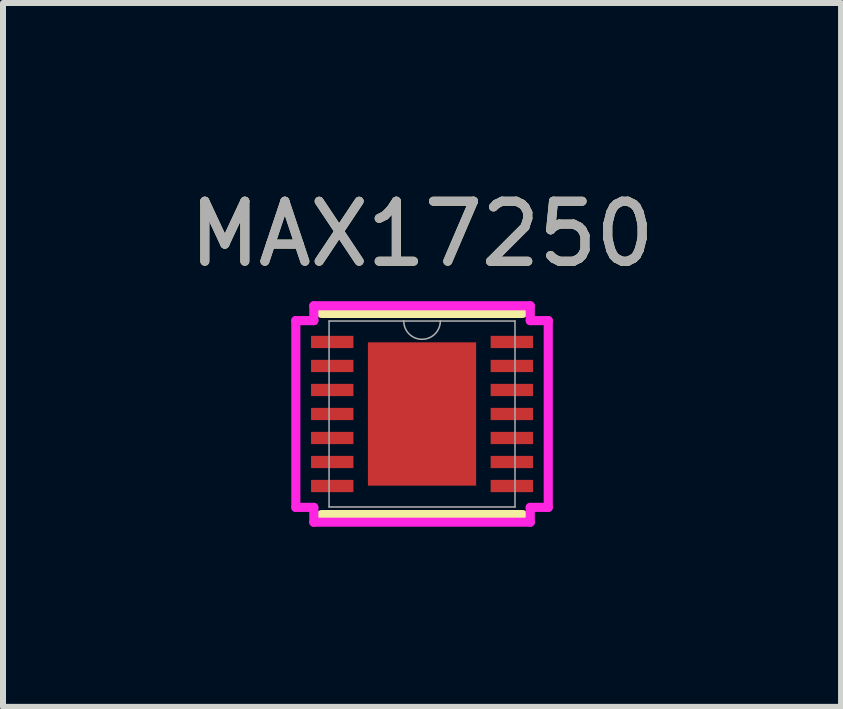
<source format=kicad_pcb>
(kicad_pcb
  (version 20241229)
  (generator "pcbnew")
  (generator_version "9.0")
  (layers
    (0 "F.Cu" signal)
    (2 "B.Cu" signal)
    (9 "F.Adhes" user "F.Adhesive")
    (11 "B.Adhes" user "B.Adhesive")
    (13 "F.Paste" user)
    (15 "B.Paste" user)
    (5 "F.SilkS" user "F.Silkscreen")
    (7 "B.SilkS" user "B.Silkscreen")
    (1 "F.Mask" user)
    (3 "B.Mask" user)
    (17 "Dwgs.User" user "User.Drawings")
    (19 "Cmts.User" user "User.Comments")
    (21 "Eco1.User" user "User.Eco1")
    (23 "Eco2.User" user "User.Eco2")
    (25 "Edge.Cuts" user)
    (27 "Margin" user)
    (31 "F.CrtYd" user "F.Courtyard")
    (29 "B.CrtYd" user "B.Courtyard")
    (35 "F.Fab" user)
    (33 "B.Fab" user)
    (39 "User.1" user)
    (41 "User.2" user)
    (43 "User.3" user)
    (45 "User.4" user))
  (footprint "MAX17250"
    (layer "F.Cu")
    (at 3.982 3.848)
    (property "Reference" "MAX17250" (at 0 -3 0) (unlocked yes) (layer "F.SilkS") (effects (font (size 1 1) (thickness 0.15))))
    (attr smd)
    (fp_line (start -1.676 1.676) (end 1.676 1.676) (stroke (width 0.152) (type solid)) (layer "F.SilkS"))
    (fp_line (start 1.676 -1.676) (end -1.676 -1.676) (stroke (width 0.152) (type solid)) (layer "F.SilkS"))
    (fp_line (start -2.103 -1.556) (end -1.803 -1.556) (stroke (width 0.152) (type solid)) (layer "F.CrtYd"))
    (fp_line (start -2.103 1.556) (end -2.103 -1.556) (stroke (width 0.152) (type solid)) (layer "F.CrtYd"))
    (fp_line (start -2.103 1.556) (end -1.803 1.556) (stroke (width 0.152) (type solid)) (layer "F.CrtYd"))
    (fp_line (start -1.803 -1.803) (end 1.803 -1.803) (stroke (width 0.152) (type solid)) (layer "F.CrtYd"))
    (fp_line (start -1.803 -1.556) (end -1.803 -1.803) (stroke (width 0.152) (type solid)) (layer "F.CrtYd"))
    (fp_line (start -1.803 1.803) (end -1.803 1.556) (stroke (width 0.152) (type solid)) (layer "F.CrtYd"))
    (fp_line (start 1.803 -1.803) (end 1.803 -1.556) (stroke (width 0.152) (type solid)) (layer "F.CrtYd"))
    (fp_line (start 1.803 1.556) (end 1.803 1.803) (stroke (width 0.152) (type solid)) (layer "F.CrtYd"))
    (fp_line (start 1.803 1.803) (end -1.803 1.803) (stroke (width 0.152) (type solid)) (layer "F.CrtYd"))
    (fp_line (start 2.103 -1.556) (end 1.803 -1.556) (stroke (width 0.152) (type solid)) (layer "F.CrtYd"))
    (fp_line (start 2.103 -1.556) (end 2.103 1.556) (stroke (width 0.152) (type solid)) (layer "F.CrtYd"))
    (fp_line (start 2.103 1.556) (end 1.803 1.556) (stroke (width 0.152) (type solid)) (layer "F.CrtYd"))
    (fp_line (start -1.549 -1.549) (end -1.549 1.549) (stroke (width 0.025) (type solid)) (layer "F.Fab"))
    (fp_line (start -1.549 1.549) (end 1.549 1.549) (stroke (width 0.025) (type solid)) (layer "F.Fab"))
    (fp_line (start 1.549 -1.549) (end -1.549 -1.549) (stroke (width 0.025) (type solid)) (layer "F.Fab"))
    (fp_line (start 1.549 1.549) (end 1.549 -1.549) (stroke (width 0.025) (type solid)) (layer "F.Fab"))
    (fp_arc (start 0.3048 -1.5494) (mid 0 -1.2446) (end -0.3048 -1.5494) (stroke (width 0.0254) (type solid)) (layer "F.Fab"))
    (fp_text user "${REFERENCE}" (at 0 -3 0) (unlocked yes) (layer "F.Fab") (effects (font (size 1 1) (thickness 0.15))))
    (pad "1" smd rect (at -1.496 -1.2) (size 0.706 0.204) (layers "F.Cu" "F.Mask" "F.Paste"))
    (pad "2" smd rect (at -1.496 -0.8) (size 0.706 0.204) (layers "F.Cu" "F.Mask" "F.Paste"))
    (pad "3" smd rect (at -1.496 -0.4) (size 0.706 0.204) (layers "F.Cu" "F.Mask" "F.Paste"))
    (pad "4" smd rect (at -1.496 0) (size 0.706 0.204) (layers "F.Cu" "F.Mask" "F.Paste"))
    (pad "5" smd rect (at -1.496 0.4) (size 0.706 0.204) (layers "F.Cu" "F.Mask" "F.Paste"))
    (pad "6" smd rect (at -1.496 0.8) (size 0.706 0.204) (layers "F.Cu" "F.Mask" "F.Paste"))
    (pad "7" smd rect (at -1.496 1.2) (size 0.706 0.204) (layers "F.Cu" "F.Mask" "F.Paste"))
    (pad "8" smd rect (at 1.496 1.2) (size 0.706 0.204) (layers "F.Cu" "F.Mask" "F.Paste"))
    (pad "9" smd rect (at 1.496 0.8) (size 0.706 0.204) (layers "F.Cu" "F.Mask" "F.Paste"))
    (pad "10" smd rect (at 1.496 0.4) (size 0.706 0.204) (layers "F.Cu" "F.Mask" "F.Paste"))
    (pad "11" smd rect (at 1.496 0) (size 0.706 0.204) (layers "F.Cu" "F.Mask" "F.Paste"))
    (pad "12" smd rect (at 1.496 -0.4) (size 0.706 0.204) (layers "F.Cu" "F.Mask" "F.Paste"))
    (pad "13" smd rect (at 1.496 -0.8) (size 0.706 0.204) (layers "F.Cu" "F.Mask" "F.Paste"))
    (pad "14" smd rect (at 1.496 -1.2) (size 0.706 0.204) (layers "F.Cu" "F.Mask" "F.Paste"))
    (pad "15" smd rect (at 0 0) (size 1.803 2.388) (layers "F.Cu" "F.Mask" "F.Paste")))
  (gr_rect
    (start -3 -3)
    (end 10.964 8.728)
    (stroke (width 0.1) (type default))
    (fill no)
    (layer "Edge.Cuts")))
</source>
